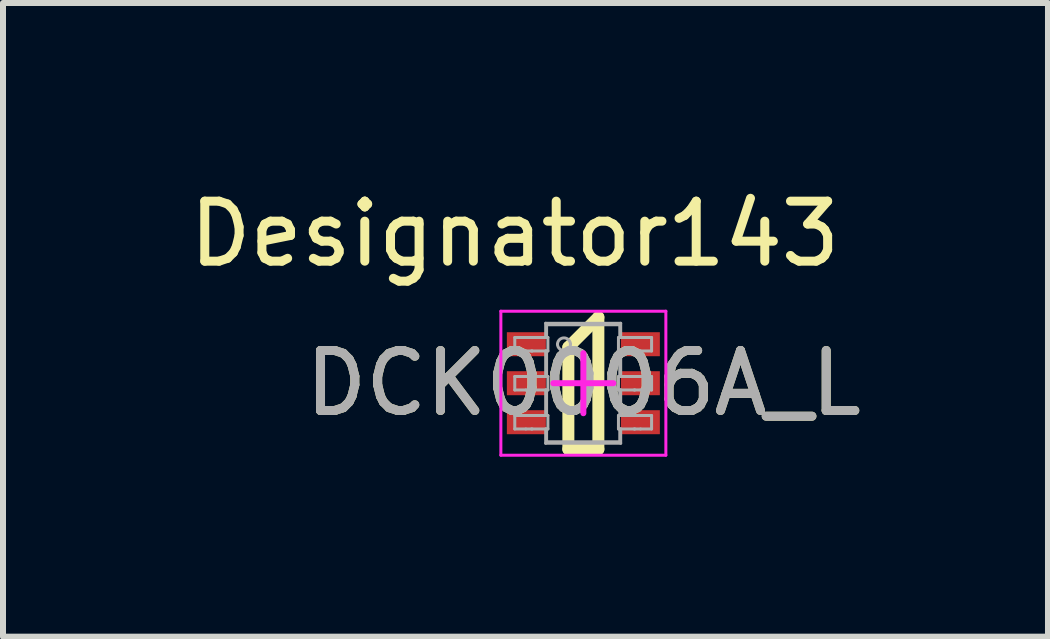
<source format=kicad_pcb>
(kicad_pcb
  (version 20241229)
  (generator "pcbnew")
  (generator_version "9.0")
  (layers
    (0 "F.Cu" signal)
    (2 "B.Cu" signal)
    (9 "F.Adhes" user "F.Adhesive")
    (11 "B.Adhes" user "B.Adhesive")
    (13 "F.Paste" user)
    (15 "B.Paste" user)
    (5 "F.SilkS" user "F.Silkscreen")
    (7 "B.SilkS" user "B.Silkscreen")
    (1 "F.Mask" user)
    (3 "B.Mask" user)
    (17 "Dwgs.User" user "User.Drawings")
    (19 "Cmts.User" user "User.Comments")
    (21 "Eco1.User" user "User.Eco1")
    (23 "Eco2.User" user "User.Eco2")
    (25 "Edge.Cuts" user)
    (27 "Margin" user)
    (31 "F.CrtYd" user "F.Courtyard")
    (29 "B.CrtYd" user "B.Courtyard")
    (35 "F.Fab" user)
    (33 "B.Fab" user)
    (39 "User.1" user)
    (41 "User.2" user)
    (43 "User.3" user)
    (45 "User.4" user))
  (footprint "DCK0006A_L"
    (layer "F.Cu")
    (at 6.673 3.337)
    (property "Reference" "DCK0006A_L" (at 0 0 0) (unlocked yes) (layer "F.SilkS") (effects (font (size 1 1) (thickness 0.15))))
    (attr smd)
    (fp_line (start -0.25 -0.6) (end 0.25 -1.1) (stroke (width 0.2) (type solid)) (layer "F.SilkS"))
    (fp_line (start -0.25 1.1) (end -0.25 -0.6) (stroke (width 0.2) (type solid)) (layer "F.SilkS"))
    (fp_line (start -0.25 1.1) (end 0.25 1.1) (stroke (width 0.2) (type solid)) (layer "F.SilkS"))
    (fp_line (start 0.25 1.1) (end 0.25 -1.1) (stroke (width 0.2) (type solid)) (layer "F.SilkS"))
    (fp_line (start -1.375 -1.2) (end 1.375 -1.2) (stroke (width 0.05) (type solid)) (layer "F.CrtYd"))
    (fp_line (start -1.375 1.2) (end -1.375 -1.2) (stroke (width 0.05) (type solid)) (layer "F.CrtYd"))
    (fp_line (start -1.375 1.2) (end 1.375 1.2) (stroke (width 0.05) (type solid)) (layer "F.CrtYd"))
    (fp_line (start -0.5 0) (end 0.5 0) (stroke (width 0.1) (type solid)) (layer "F.CrtYd"))
    (fp_line (start 0.000003 0.5) (end 0.000003 -0.5) (stroke (width 0.1) (type solid)) (layer "F.CrtYd"))
    (fp_line (start 1.375 1.2) (end 1.375 -1.2) (stroke (width 0.05) (type solid)) (layer "F.CrtYd"))
    (fp_line (start -1.143 -0.762) (end -0.959 -0.762) (stroke (width 0.05) (type solid)) (layer "F.Fab"))
    (fp_line (start -1.143 -0.537) (end -1.143 -0.762) (stroke (width 0.05) (type solid)) (layer "F.Fab"))
    (fp_line (start -1.143 -0.537) (end -0.959 -0.537) (stroke (width 0.05) (type solid)) (layer "F.Fab"))
    (fp_line (start -1.143 -0.112) (end -0.959 -0.112) (stroke (width 0.05) (type solid)) (layer "F.Fab"))
    (fp_line (start -1.143 0.113) (end -1.143 -0.112) (stroke (width 0.05) (type solid)) (layer "F.Fab"))
    (fp_line (start -1.143 0.113) (end -0.959 0.113) (stroke (width 0.05) (type solid)) (layer "F.Fab"))
    (fp_line (start -1.143 0.538) (end -0.959 0.538) (stroke (width 0.05) (type solid)) (layer "F.Fab"))
    (fp_line (start -1.143 0.763) (end -1.143 0.538) (stroke (width 0.05) (type solid)) (layer "F.Fab"))
    (fp_line (start -1.143 0.763) (end -0.959 0.763) (stroke (width 0.05) (type solid)) (layer "F.Fab"))
    (fp_line (start -0.959 -0.762) (end -0.865 -0.762) (stroke (width 0.05) (type solid)) (layer "F.Fab"))
    (fp_line (start -0.959 -0.537) (end -0.865 -0.537) (stroke (width 0.05) (type solid)) (layer "F.Fab"))
    (fp_line (start -0.959 -0.112) (end -0.865 -0.112) (stroke (width 0.05) (type solid)) (layer "F.Fab"))
    (fp_line (start -0.959 0.113) (end -0.865 0.113) (stroke (width 0.05) (type solid)) (layer "F.Fab"))
    (fp_line (start -0.959 0.538) (end -0.865 0.538) (stroke (width 0.05) (type solid)) (layer "F.Fab"))
    (fp_line (start -0.959 0.763) (end -0.865 0.763) (stroke (width 0.05) (type solid)) (layer "F.Fab"))
    (fp_line (start -0.865 -0.762) (end -0.853 -0.762) (stroke (width 0.05) (type solid)) (layer "F.Fab"))
    (fp_line (start -0.865 -0.537) (end -0.853 -0.537) (stroke (width 0.05) (type solid)) (layer "F.Fab"))
    (fp_line (start -0.865 -0.112) (end -0.853 -0.112) (stroke (width 0.05) (type solid)) (layer "F.Fab"))
    (fp_line (start -0.865 0.113) (end -0.853 0.113) (stroke (width 0.05) (type solid)) (layer "F.Fab"))
    (fp_line (start -0.865 0.538) (end -0.853 0.538) (stroke (width 0.05) (type solid)) (layer "F.Fab"))
    (fp_line (start -0.865 0.763) (end -0.853 0.763) (stroke (width 0.05) (type solid)) (layer "F.Fab"))
    (fp_line (start -0.853 -0.762) (end -0.628 -0.762) (stroke (width 0.05) (type solid)) (layer "F.Fab"))
    (fp_line (start -0.853 -0.537) (end -0.628 -0.537) (stroke (width 0.05) (type solid)) (layer "F.Fab"))
    (fp_line (start -0.853 -0.112) (end -0.628 -0.112) (stroke (width 0.05) (type solid)) (layer "F.Fab"))
    (fp_line (start -0.853 0.113) (end -0.628 0.113) (stroke (width 0.05) (type solid)) (layer "F.Fab"))
    (fp_line (start -0.853 0.538) (end -0.628 0.538) (stroke (width 0.05) (type solid)) (layer "F.Fab"))
    (fp_line (start -0.853 0.763) (end -0.628 0.763) (stroke (width 0.05) (type solid)) (layer "F.Fab"))
    (fp_line (start -0.628 -0.999) (end 0.622 -0.999) (stroke (width 0.05) (type solid)) (layer "F.Fab"))
    (fp_line (start -0.628 -0.762) (end -0.628 -0.999) (stroke (width 0.05) (type solid)) (layer "F.Fab"))
    (fp_line (start -0.628 -0.762) (end -0.591 -0.762) (stroke (width 0.05) (type solid)) (layer "F.Fab"))
    (fp_line (start -0.628 -0.537) (end -0.591 -0.537) (stroke (width 0.05) (type solid)) (layer "F.Fab"))
    (fp_line (start -0.628 -0.112) (end -0.628 -0.537) (stroke (width 0.05) (type solid)) (layer "F.Fab"))
    (fp_line (start -0.628 -0.112) (end -0.591 -0.112) (stroke (width 0.05) (type solid)) (layer "F.Fab"))
    (fp_line (start -0.628 0.113) (end -0.591 0.113) (stroke (width 0.05) (type solid)) (layer "F.Fab"))
    (fp_line (start -0.628 0.538) (end -0.628 0.113) (stroke (width 0.05) (type solid)) (layer "F.Fab"))
    (fp_line (start -0.628 0.538) (end -0.591 0.538) (stroke (width 0.05) (type solid)) (layer "F.Fab"))
    (fp_line (start -0.628 0.763) (end -0.591 0.763) (stroke (width 0.05) (type solid)) (layer "F.Fab"))
    (fp_line (start -0.628 1.001) (end -0.628 0.763) (stroke (width 0.05) (type solid)) (layer "F.Fab"))
    (fp_line (start -0.628 1.001) (end 0.622 1.001) (stroke (width 0.05) (type solid)) (layer "F.Fab"))
    (fp_line (start -0.613 -0.974) (end 0.607 -0.974) (stroke (width 0.05) (type solid)) (layer "F.Fab"))
    (fp_line (start -0.613 -0.762) (end -0.613 -0.974) (stroke (width 0.05) (type solid)) (layer "F.Fab"))
    (fp_line (start -0.613 -0.112) (end -0.613 -0.537) (stroke (width 0.05) (type solid)) (layer "F.Fab"))
    (fp_line (start -0.613 0.538) (end -0.613 0.113) (stroke (width 0.05) (type solid)) (layer "F.Fab"))
    (fp_line (start -0.613 0.976) (end -0.613 0.763) (stroke (width 0.05) (type solid)) (layer "F.Fab"))
    (fp_line (start -0.613 0.976) (end 0.607 0.976) (stroke (width 0.05) (type solid)) (layer "F.Fab"))
    (fp_line (start -0.591 -0.537) (end -0.591 -0.762) (stroke (width 0.05) (type solid)) (layer "F.Fab"))
    (fp_line (start -0.591 0.113) (end -0.591 -0.112) (stroke (width 0.05) (type solid)) (layer "F.Fab"))
    (fp_line (start -0.591 0.763) (end -0.591 0.538) (stroke (width 0.05) (type solid)) (layer "F.Fab"))
    (fp_line (start 0.585 -0.762) (end 0.622 -0.762) (stroke (width 0.05) (type solid)) (layer "F.Fab"))
    (fp_line (start 0.585 -0.537) (end 0.585 -0.762) (stroke (width 0.05) (type solid)) (layer "F.Fab"))
    (fp_line (start 0.585 -0.537) (end 0.622 -0.537) (stroke (width 0.05) (type solid)) (layer "F.Fab"))
    (fp_line (start 0.585 -0.112) (end 0.622 -0.112) (stroke (width 0.05) (type solid)) (layer "F.Fab"))
    (fp_line (start 0.585 0.113) (end 0.585 -0.112) (stroke (width 0.05) (type solid)) (layer "F.Fab"))
    (fp_line (start 0.585 0.113) (end 0.622 0.113) (stroke (width 0.05) (type solid)) (layer "F.Fab"))
    (fp_line (start 0.585 0.538) (end 0.622 0.538) (stroke (width 0.05) (type solid)) (layer "F.Fab"))
    (fp_line (start 0.585 0.763) (end 0.585 0.538) (stroke (width 0.05) (type solid)) (layer "F.Fab"))
    (fp_line (start 0.585 0.763) (end 0.622 0.763) (stroke (width 0.05) (type solid)) (layer "F.Fab"))
    (fp_line (start 0.607 -0.762) (end 0.607 -0.974) (stroke (width 0.05) (type solid)) (layer "F.Fab"))
    (fp_line (start 0.607 -0.112) (end 0.607 -0.537) (stroke (width 0.05) (type solid)) (layer "F.Fab"))
    (fp_line (start 0.607 0.538) (end 0.607 0.113) (stroke (width 0.05) (type solid)) (layer "F.Fab"))
    (fp_line (start 0.607 0.976) (end 0.607 0.763) (stroke (width 0.05) (type solid)) (layer "F.Fab"))
    (fp_line (start 0.622 -0.762) (end 0.622 -0.999) (stroke (width 0.05) (type solid)) (layer "F.Fab"))
    (fp_line (start 0.622 -0.762) (end 0.847 -0.762) (stroke (width 0.05) (type solid)) (layer "F.Fab"))
    (fp_line (start 0.622 -0.537) (end 0.847 -0.537) (stroke (width 0.05) (type solid)) (layer "F.Fab"))
    (fp_line (start 0.622 -0.112) (end 0.622 -0.537) (stroke (width 0.05) (type solid)) (layer "F.Fab"))
    (fp_line (start 0.622 -0.112) (end 0.847 -0.112) (stroke (width 0.05) (type solid)) (layer "F.Fab"))
    (fp_line (start 0.622 0.113) (end 0.847 0.113) (stroke (width 0.05) (type solid)) (layer "F.Fab"))
    (fp_line (start 0.622 0.538) (end 0.622 0.113) (stroke (width 0.05) (type solid)) (layer "F.Fab"))
    (fp_line (start 0.622 0.538) (end 0.847 0.538) (stroke (width 0.05) (type solid)) (layer "F.Fab"))
    (fp_line (start 0.622 0.763) (end 0.847 0.763) (stroke (width 0.05) (type solid)) (layer "F.Fab"))
    (fp_line (start 0.622 1.001) (end 0.622 0.763) (stroke (width 0.05) (type solid)) (layer "F.Fab"))
    (fp_line (start 0.847 -0.762) (end 0.859 -0.762) (stroke (width 0.05) (type solid)) (layer "F.Fab"))
    (fp_line (start 0.847 -0.537) (end 0.859 -0.537) (stroke (width 0.05) (type solid)) (layer "F.Fab"))
    (fp_line (start 0.847 -0.112) (end 0.859 -0.112) (stroke (width 0.05) (type solid)) (layer "F.Fab"))
    (fp_line (start 0.847 0.113) (end 0.859 0.113) (stroke (width 0.05) (type solid)) (layer "F.Fab"))
    (fp_line (start 0.847 0.538) (end 0.859 0.538) (stroke (width 0.05) (type solid)) (layer "F.Fab"))
    (fp_line (start 0.847 0.763) (end 0.859 0.763) (stroke (width 0.05) (type solid)) (layer "F.Fab"))
    (fp_line (start 0.859 -0.762) (end 0.953 -0.762) (stroke (width 0.05) (type solid)) (layer "F.Fab"))
    (fp_line (start 0.859 -0.537) (end 0.953 -0.537) (stroke (width 0.05) (type solid)) (layer "F.Fab"))
    (fp_line (start 0.859 -0.112) (end 0.953 -0.112) (stroke (width 0.05) (type solid)) (layer "F.Fab"))
    (fp_line (start 0.859 0.113) (end 0.953 0.113) (stroke (width 0.05) (type solid)) (layer "F.Fab"))
    (fp_line (start 0.859 0.538) (end 0.953 0.538) (stroke (width 0.05) (type solid)) (layer "F.Fab"))
    (fp_line (start 0.859 0.763) (end 0.953 0.763) (stroke (width 0.05) (type solid)) (layer "F.Fab"))
    (fp_line (start 0.953 -0.762) (end 1.137 -0.762) (stroke (width 0.05) (type solid)) (layer "F.Fab"))
    (fp_line (start 0.953 -0.537) (end 1.137 -0.537) (stroke (width 0.05) (type solid)) (layer "F.Fab"))
    (fp_line (start 0.953 -0.112) (end 1.137 -0.112) (stroke (width 0.05) (type solid)) (layer "F.Fab"))
    (fp_line (start 0.953 0.113) (end 1.137 0.113) (stroke (width 0.05) (type solid)) (layer "F.Fab"))
    (fp_line (start 0.953 0.538) (end 1.137 0.538) (stroke (width 0.05) (type solid)) (layer "F.Fab"))
    (fp_line (start 0.953 0.763) (end 1.137 0.763) (stroke (width 0.05) (type solid)) (layer "F.Fab"))
    (fp_line (start 1.137 -0.537) (end 1.137 -0.762) (stroke (width 0.05) (type solid)) (layer "F.Fab"))
    (fp_line (start 1.137 0.113) (end 1.137 -0.112) (stroke (width 0.05) (type solid)) (layer "F.Fab"))
    (fp_line (start 1.137 0.763) (end 1.137 0.538) (stroke (width 0.05) (type solid)) (layer "F.Fab"))
    (fp_arc (start -0.431546 -0.650138) (mid -0.323177 -0.758507) (end -0.214808 -0.650138) (stroke (width 0.05) (type solid)) (layer "F.Fab"))
    (fp_arc (start -0.214808 -0.650138) (mid -0.323177 -0.541769) (end -0.431546 -0.650138) (stroke (width 0.05) (type solid)) (layer "F.Fab"))
    (fp_text user "Designator143" (at -1.143 -2.489 0) (unlocked yes) (layer "F.SilkS") (effects (font (size 1 1) (thickness 0.15))))
    (fp_text user "${REFERENCE}" (at 0 0 0) (unlocked yes) (layer "F.Fab") (effects (font (size 1 1) (thickness 0.15))))
    (pad "1" smd rect (at -0.95 -0.65 90) (size 0.4 0.65) (layers "F.Cu" "F.Mask" "F.Paste"))
    (pad "2" smd rect (at -0.95 0 90) (size 0.4 0.65) (layers "F.Cu" "F.Mask" "F.Paste"))
    (pad "3" smd rect (at -0.95 0.65 90) (size 0.4 0.65) (layers "F.Cu" "F.Mask" "F.Paste"))
    (pad "4" smd rect (at 0.95 0.65 90) (size 0.4 0.65) (layers "F.Cu" "F.Mask" "F.Paste"))
    (pad "5" smd rect (at 0.95 0 90) (size 0.4 0.65) (layers "F.Cu" "F.Mask" "F.Paste"))
    (pad "6" smd rect (at 0.95 -0.65 90) (size 0.4 0.65) (layers "F.Cu" "F.Mask" "F.Paste")))
  (gr_rect
    (start -3 -3)
    (end 14.417 7.562)
    (stroke (width 0.1) (type default))
    (fill no)
    (layer "Edge.Cuts")))
</source>
